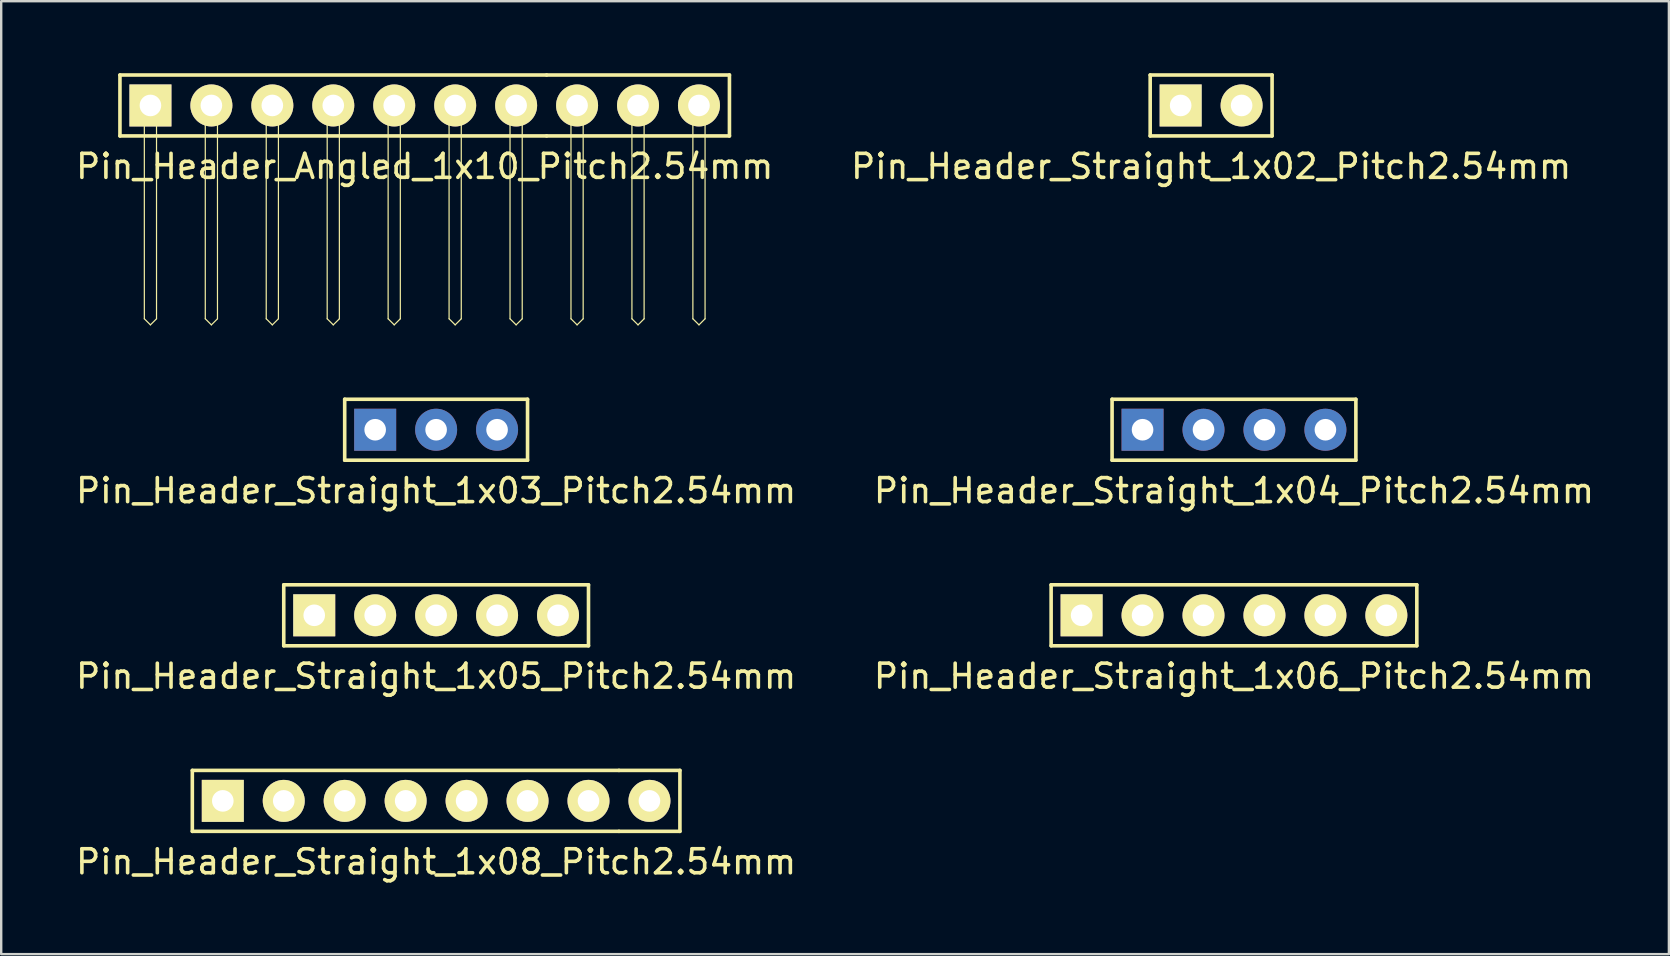
<source format=kicad_pcb>
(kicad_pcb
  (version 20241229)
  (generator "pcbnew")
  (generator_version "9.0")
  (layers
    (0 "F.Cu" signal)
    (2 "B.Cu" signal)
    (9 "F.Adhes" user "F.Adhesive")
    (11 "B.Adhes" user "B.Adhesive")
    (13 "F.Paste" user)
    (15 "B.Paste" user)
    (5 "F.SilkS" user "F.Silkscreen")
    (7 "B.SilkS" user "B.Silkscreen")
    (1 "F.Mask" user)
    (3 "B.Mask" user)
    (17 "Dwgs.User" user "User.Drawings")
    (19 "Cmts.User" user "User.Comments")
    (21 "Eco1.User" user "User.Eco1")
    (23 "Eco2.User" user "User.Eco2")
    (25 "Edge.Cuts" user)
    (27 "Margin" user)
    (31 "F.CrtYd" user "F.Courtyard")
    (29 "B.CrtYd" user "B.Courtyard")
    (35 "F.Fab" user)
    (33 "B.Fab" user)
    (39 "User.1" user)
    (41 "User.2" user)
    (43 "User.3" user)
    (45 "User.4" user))
  (footprint "Pin_Header_Straight_1x04_Pitch2.54mm"
    (layer "F.Cu")
    (at 44.565 14.859)
    (property "Reference" "Pin_Header_Straight_1x04_Pitch2.54mm" (at 3.81 2.54 0) (layer "F.SilkS") (effects (font (size 1 1) (thickness 0.15))))
    (attr through_hole)
    (fp_line (start -1.27 -1.27) (end -1.27 1.27) (stroke (width 0.15) (type solid)) (layer "F.SilkS"))
    (fp_line (start -1.27 -1.27) (end 8.89 -1.27) (stroke (width 0.15) (type solid)) (layer "F.SilkS"))
    (fp_line (start 8.89 -1.27) (end 8.89 1.27) (stroke (width 0.15) (type solid)) (layer "F.SilkS"))
    (fp_line (start 8.89 1.27) (end -1.27 1.27) (stroke (width 0.15) (type solid)) (layer "F.SilkS"))
    (pad "1" thru_hole rect (at 0 0) (size 1.75 1.75) (drill 0.9) (layers "*.Cu" "*.Mask"))
    (pad "2" thru_hole circle (at 2.54 0) (size 1.75 1.75) (drill 0.9) (layers "*.Cu" "*.Mask"))
    (pad "3" thru_hole circle (at 5.08 0) (size 1.75 1.75) (drill 0.9) (layers "*.Cu" "*.Mask"))
    (pad "4" thru_hole circle (at 7.62 0) (size 1.75 1.75) (drill 0.9) (layers "*.Cu" "*.Mask")))
  (footprint "Pin_Header_Straight_1x06_Pitch2.54mm"
    (layer "F.Cu")
    (at 42.025 22.592)
    (property "Reference" "Pin_Header_Straight_1x06_Pitch2.54mm" (at 6.35 2.54 0) (layer "F.SilkS") (effects (font (size 1 1) (thickness 0.15))))
    (attr through_hole)
    (fp_line (start -1.27 -1.27) (end -1.27 1.27) (stroke (width 0.15) (type solid)) (layer "F.SilkS"))
    (fp_line (start -1.27 -1.27) (end 13.97 -1.27) (stroke (width 0.15) (type solid)) (layer "F.SilkS"))
    (fp_line (start 13.97 -1.27) (end 13.97 1.27) (stroke (width 0.15) (type solid)) (layer "F.SilkS"))
    (fp_line (start 13.97 1.27) (end -1.27 1.27) (stroke (width 0.15) (type solid)) (layer "F.SilkS"))
    (pad "1" thru_hole rect (at 0 0) (size 1.75 1.75) (drill 0.9) (layers "*.Cu" "*.Mask" "F.SilkS"))
    (pad "2" thru_hole circle (at 2.54 0) (size 1.75 1.75) (drill 0.9) (layers "*.Cu" "*.Mask" "F.SilkS"))
    (pad "3" thru_hole circle (at 5.08 0) (size 1.75 1.75) (drill 0.9) (layers "*.Cu" "*.Mask" "F.SilkS"))
    (pad "4" thru_hole circle (at 7.62 0) (size 1.75 1.75) (drill 0.9) (layers "*.Cu" "*.Mask" "F.SilkS"))
    (pad "5" thru_hole circle (at 10.16 0) (size 1.75 1.75) (drill 0.9) (layers "*.Cu" "*.Mask" "F.SilkS"))
    (pad "6" thru_hole circle (at 12.7 0) (size 1.75 1.75) (drill 0.9) (layers "*.Cu" "*.Mask" "F.SilkS")))
  (footprint "Pin_Header_Angled_1x10_Pitch2.54mm"
    (layer "F.Cu")
    (at 3.219 1.345)
    (property "Reference" "Pin_Header_Angled_1x10_Pitch2.54mm" (at 11.43 2.54 0) (layer "F.SilkS") (effects (font (size 1 1) (thickness 0.15))))
    (attr through_hole)
    (fp_line (start -1.27 -1.27) (end -1.27 1.27) (stroke (width 0.15) (type solid)) (layer "F.SilkS"))
    (fp_line (start -1.27 1.27) (end 16.51 1.27) (stroke (width 0.15) (type solid)) (layer "F.SilkS"))
    (fp_line (start -0.254 8.89) (end -0.254 0.762) (stroke (width 0.05) (type solid)) (layer "F.SilkS"))
    (fp_line (start 0 9.144) (end -0.254 8.89) (stroke (width 0.05) (type solid)) (layer "F.SilkS"))
    (fp_line (start 0.254 0.762) (end 0.254 8.89) (stroke (width 0.05) (type solid)) (layer "F.SilkS"))
    (fp_line (start 0.254 8.89) (end 0 9.144) (stroke (width 0.05) (type solid)) (layer "F.SilkS"))
    (fp_line (start 2.286 8.89) (end 2.286 0.762) (stroke (width 0.05) (type solid)) (layer "F.SilkS"))
    (fp_line (start 2.54 9.144) (end 2.286 8.89) (stroke (width 0.05) (type solid)) (layer "F.SilkS"))
    (fp_line (start 2.794 0.762) (end 2.794 8.89) (stroke (width 0.05) (type solid)) (layer "F.SilkS"))
    (fp_line (start 2.794 8.89) (end 2.54 9.144) (stroke (width 0.05) (type solid)) (layer "F.SilkS"))
    (fp_line (start 4.826 8.89) (end 4.826 0.762) (stroke (width 0.05) (type solid)) (layer "F.SilkS"))
    (fp_line (start 5.08 9.144) (end 4.826 8.89) (stroke (width 0.05) (type solid)) (layer "F.SilkS"))
    (fp_line (start 5.334 0.762) (end 5.334 8.89) (stroke (width 0.05) (type solid)) (layer "F.SilkS"))
    (fp_line (start 5.334 8.89) (end 5.08 9.144) (stroke (width 0.05) (type solid)) (layer "F.SilkS"))
    (fp_line (start 7.366 8.89) (end 7.366 0.762) (stroke (width 0.05) (type solid)) (layer "F.SilkS"))
    (fp_line (start 7.62 9.144) (end 7.366 8.89) (stroke (width 0.05) (type solid)) (layer "F.SilkS"))
    (fp_line (start 7.874 0.762) (end 7.874 8.89) (stroke (width 0.05) (type solid)) (layer "F.SilkS"))
    (fp_line (start 7.874 8.89) (end 7.62 9.144) (stroke (width 0.05) (type solid)) (layer "F.SilkS"))
    (fp_line (start 9.906 8.89) (end 9.906 0.762) (stroke (width 0.05) (type solid)) (layer "F.SilkS"))
    (fp_line (start 10.16 9.144) (end 9.906 8.89) (stroke (width 0.05) (type solid)) (layer "F.SilkS"))
    (fp_line (start 10.414 0.762) (end 10.414 8.89) (stroke (width 0.05) (type solid)) (layer "F.SilkS"))
    (fp_line (start 10.414 8.89) (end 10.16 9.144) (stroke (width 0.05) (type solid)) (layer "F.SilkS"))
    (fp_line (start 12.446 0.762) (end 12.446 8.89) (stroke (width 0.05) (type solid)) (layer "F.SilkS"))
    (fp_line (start 12.446 8.89) (end 12.7 9.144) (stroke (width 0.05) (type solid)) (layer "F.SilkS"))
    (fp_line (start 12.7 9.144) (end 12.954 8.89) (stroke (width 0.05) (type solid)) (layer "F.SilkS"))
    (fp_line (start 12.954 8.89) (end 12.954 0.762) (stroke (width 0.05) (type solid)) (layer "F.SilkS"))
    (fp_line (start 14.986 0.762) (end 14.986 8.89) (stroke (width 0.05) (type solid)) (layer "F.SilkS"))
    (fp_line (start 14.986 8.89) (end 15.24 9.144) (stroke (width 0.05) (type solid)) (layer "F.SilkS"))
    (fp_line (start 15.24 9.144) (end 15.494 8.89) (stroke (width 0.05) (type solid)) (layer "F.SilkS"))
    (fp_line (start 15.494 8.89) (end 15.494 0.762) (stroke (width 0.05) (type solid)) (layer "F.SilkS"))
    (fp_line (start 16.51 -1.27) (end -1.27 -1.27) (stroke (width 0.15) (type solid)) (layer "F.SilkS"))
    (fp_line (start 16.51 -1.27) (end 24.13 -1.27) (stroke (width 0.15) (type solid)) (layer "F.SilkS"))
    (fp_line (start 17.526 0.762) (end 17.526 8.89) (stroke (width 0.05) (type solid)) (layer "F.SilkS"))
    (fp_line (start 17.526 8.89) (end 17.78 9.144) (stroke (width 0.05) (type solid)) (layer "F.SilkS"))
    (fp_line (start 17.78 9.144) (end 18.034 8.89) (stroke (width 0.05) (type solid)) (layer "F.SilkS"))
    (fp_line (start 18.034 8.89) (end 18.034 0.762) (stroke (width 0.05) (type solid)) (layer "F.SilkS"))
    (fp_line (start 20.066 0.762) (end 20.066 8.89) (stroke (width 0.05) (type solid)) (layer "F.SilkS"))
    (fp_line (start 20.066 8.89) (end 20.32 9.144) (stroke (width 0.05) (type solid)) (layer "F.SilkS"))
    (fp_line (start 20.32 9.144) (end 20.574 8.89) (stroke (width 0.05) (type solid)) (layer "F.SilkS"))
    (fp_line (start 20.574 8.89) (end 20.574 0.762) (stroke (width 0.05) (type solid)) (layer "F.SilkS"))
    (fp_line (start 22.606 0.762) (end 22.606 8.89) (stroke (width 0.05) (type solid)) (layer "F.SilkS"))
    (fp_line (start 22.606 8.89) (end 22.86 9.144) (stroke (width 0.05) (type solid)) (layer "F.SilkS"))
    (fp_line (start 22.86 9.144) (end 23.114 8.89) (stroke (width 0.05) (type solid)) (layer "F.SilkS"))
    (fp_line (start 23.114 8.89) (end 23.114 0.762) (stroke (width 0.05) (type solid)) (layer "F.SilkS"))
    (fp_line (start 24.13 -1.27) (end 24.13 1.27) (stroke (width 0.15) (type solid)) (layer "F.SilkS"))
    (fp_line (start 24.13 1.27) (end 16.51 1.27) (stroke (width 0.15) (type solid)) (layer "F.SilkS"))
    (pad "1" thru_hole rect (at 0 0) (size 1.75 1.75) (drill 0.9) (layers "*.Cu" "*.Mask" "F.SilkS"))
    (pad "2" thru_hole circle (at 2.54 0) (size 1.75 1.75) (drill 0.9) (layers "*.Cu" "*.Mask" "F.SilkS"))
    (pad "3" thru_hole circle (at 5.08 0) (size 1.75 1.75) (drill 0.9) (layers "*.Cu" "*.Mask" "F.SilkS"))
    (pad "4" thru_hole circle (at 7.62 0) (size 1.75 1.75) (drill 0.9) (layers "*.Cu" "*.Mask" "F.SilkS"))
    (pad "5" thru_hole circle (at 10.16 0) (size 1.75 1.75) (drill 0.9) (layers "*.Cu" "*.Mask" "F.SilkS"))
    (pad "6" thru_hole circle (at 12.7 0) (size 1.75 1.75) (drill 0.9) (layers "*.Cu" "*.Mask" "F.SilkS"))
    (pad "7" thru_hole circle (at 15.24 0) (size 1.75 1.75) (drill 0.9) (layers "*.Cu" "*.Mask" "F.SilkS"))
    (pad "8" thru_hole circle (at 17.78 0) (size 1.75 1.75) (drill 0.9) (layers "*.Cu" "*.Mask" "F.SilkS"))
    (pad "9" thru_hole circle (at 20.32 0) (size 1.75 1.75) (drill 0.9) (layers "*.Cu" "*.Mask" "F.SilkS"))
    (pad "10" thru_hole circle (at 22.86 0) (size 1.75 1.75) (drill 0.9) (layers "*.Cu" "*.Mask" "F.SilkS")))
  (footprint "Pin_Header_Straight_1x05_Pitch2.54mm"
    (layer "F.Cu")
    (at 10.045 22.592)
    (property "Reference" "Pin_Header_Straight_1x05_Pitch2.54mm" (at 5.08 2.54 0) (layer "F.SilkS") (effects (font (size 1 1) (thickness 0.15))))
    (attr through_hole)
    (fp_line (start -1.27 -1.27) (end -1.27 1.27) (stroke (width 0.15) (type solid)) (layer "F.SilkS"))
    (fp_line (start -1.27 1.27) (end 11.43 1.27) (stroke (width 0.15) (type solid)) (layer "F.SilkS"))
    (fp_line (start 11.43 -1.27) (end -1.27 -1.27) (stroke (width 0.15) (type solid)) (layer "F.SilkS"))
    (fp_line (start 11.43 1.27) (end 11.43 -1.27) (stroke (width 0.15) (type solid)) (layer "F.SilkS"))
    (pad "1" thru_hole rect (at 0 0) (size 1.75 1.75) (drill 0.9) (layers "*.Cu" "*.Mask" "F.SilkS"))
    (pad "2" thru_hole circle (at 2.54 0) (size 1.75 1.75) (drill 0.9) (layers "*.Cu" "*.Mask" "F.SilkS"))
    (pad "3" thru_hole circle (at 5.08 0) (size 1.75 1.75) (drill 0.9) (layers "*.Cu" "*.Mask" "F.SilkS"))
    (pad "4" thru_hole circle (at 7.62 0) (size 1.75 1.75) (drill 0.9) (layers "*.Cu" "*.Mask" "F.SilkS"))
    (pad "5" thru_hole circle (at 10.16 0) (size 1.75 1.75) (drill 0.9) (layers "*.Cu" "*.Mask" "F.SilkS")))
  (footprint "Pin_Header_Straight_1x08_Pitch2.54mm"
    (layer "F.Cu")
    (at 6.235 30.326)
    (property "Reference" "Pin_Header_Straight_1x08_Pitch2.54mm" (at 8.89 2.54 0) (layer "F.SilkS") (effects (font (size 1 1) (thickness 0.15))))
    (attr through_hole)
    (fp_line (start -1.27 -1.27) (end -1.27 1.27) (stroke (width 0.15) (type solid)) (layer "F.SilkS"))
    (fp_line (start -1.27 1.27) (end 16.51 1.27) (stroke (width 0.15) (type solid)) (layer "F.SilkS"))
    (fp_line (start 16.51 -1.27) (end -1.27 -1.27) (stroke (width 0.15) (type solid)) (layer "F.SilkS"))
    (fp_line (start 16.51 -1.27) (end 19.05 -1.27) (stroke (width 0.15) (type solid)) (layer "F.SilkS"))
    (fp_line (start 19.05 -1.27) (end 19.05 1.27) (stroke (width 0.15) (type solid)) (layer "F.SilkS"))
    (fp_line (start 19.05 1.27) (end 16.51 1.27) (stroke (width 0.15) (type solid)) (layer "F.SilkS"))
    (pad "1" thru_hole rect (at 0 0) (size 1.75 1.75) (drill 0.9) (layers "*.Cu" "*.Mask" "F.SilkS"))
    (pad "2" thru_hole circle (at 2.54 0) (size 1.75 1.75) (drill 0.9) (layers "*.Cu" "*.Mask" "F.SilkS"))
    (pad "3" thru_hole circle (at 5.08 0) (size 1.75 1.75) (drill 0.9) (layers "*.Cu" "*.Mask" "F.SilkS"))
    (pad "4" thru_hole circle (at 7.62 0) (size 1.75 1.75) (drill 0.9) (layers "*.Cu" "*.Mask" "F.SilkS"))
    (pad "5" thru_hole circle (at 10.16 0) (size 1.75 1.75) (drill 0.9) (layers "*.Cu" "*.Mask" "F.SilkS"))
    (pad "6" thru_hole circle (at 12.7 0) (size 1.75 1.75) (drill 0.9) (layers "*.Cu" "*.Mask" "F.SilkS"))
    (pad "7" thru_hole circle (at 15.24 0) (size 1.75 1.75) (drill 0.9) (layers "*.Cu" "*.Mask" "F.SilkS"))
    (pad "8" thru_hole circle (at 17.78 0) (size 1.75 1.75) (drill 0.9) (layers "*.Cu" "*.Mask" "F.SilkS")))
  (footprint "Pin_Header_Straight_1x03_Pitch2.54mm"
    (layer "F.Cu")
    (at 12.585 14.859)
    (property "Reference" "Pin_Header_Straight_1x03_Pitch2.54mm" (at 2.54 2.54 0) (layer "F.SilkS") (effects (font (size 1 1) (thickness 0.15))))
    (attr through_hole)
    (fp_line (start -1.27 -1.27) (end -1.27 1.27) (stroke (width 0.15) (type solid)) (layer "F.SilkS"))
    (fp_line (start -1.27 -1.27) (end 6.35 -1.27) (stroke (width 0.15) (type solid)) (layer "F.SilkS"))
    (fp_line (start 6.35 -1.27) (end 6.35 1.27) (stroke (width 0.15) (type solid)) (layer "F.SilkS"))
    (fp_line (start 6.35 1.27) (end -1.27 1.27) (stroke (width 0.15) (type solid)) (layer "F.SilkS"))
    (pad "1" thru_hole rect (at 0 0) (size 1.75 1.75) (drill 0.9) (layers "*.Cu" "*.Mask"))
    (pad "2" thru_hole circle (at 2.54 0) (size 1.75 1.75) (drill 0.9) (layers "*.Cu" "*.Mask"))
    (pad "3" thru_hole circle (at 5.08 0) (size 1.75 1.75) (drill 0.9) (layers "*.Cu" "*.Mask")))
  (footprint "Pin_Header_Straight_1x02_Pitch2.54mm"
    (layer "F.Cu")
    (at 46.153 1.345)
    (property "Reference" "Pin_Header_Straight_1x02_Pitch2.54mm" (at 1.27 2.54 0) (layer "F.SilkS") (effects (font (size 1 1) (thickness 0.15))))
    (attr through_hole)
    (fp_line (start -1.27 -1.27) (end -1.27 1.27) (stroke (width 0.15) (type solid)) (layer "F.SilkS"))
    (fp_line (start -1.27 -1.27) (end 3.81 -1.27) (stroke (width 0.15) (type solid)) (layer "F.SilkS"))
    (fp_line (start 3.81 -1.27) (end 3.81 1.27) (stroke (width 0.15) (type solid)) (layer "F.SilkS"))
    (fp_line (start 3.81 1.27) (end -1.27 1.27) (stroke (width 0.15) (type solid)) (layer "F.SilkS"))
    (pad "1" thru_hole rect (at 0 0) (size 1.75 1.75) (drill 0.9) (layers "*.Cu" "*.Mask" "F.SilkS"))
    (pad "2" thru_hole circle (at 2.54 0) (size 1.75 1.75) (drill 0.9) (layers "*.Cu" "*.Mask" "F.SilkS")))
  (gr_rect
    (start -3 -3)
    (end 66.5 36.714)
    (stroke (width 0.1) (type default))
    (fill no)
    (layer "Edge.Cuts")))
</source>
